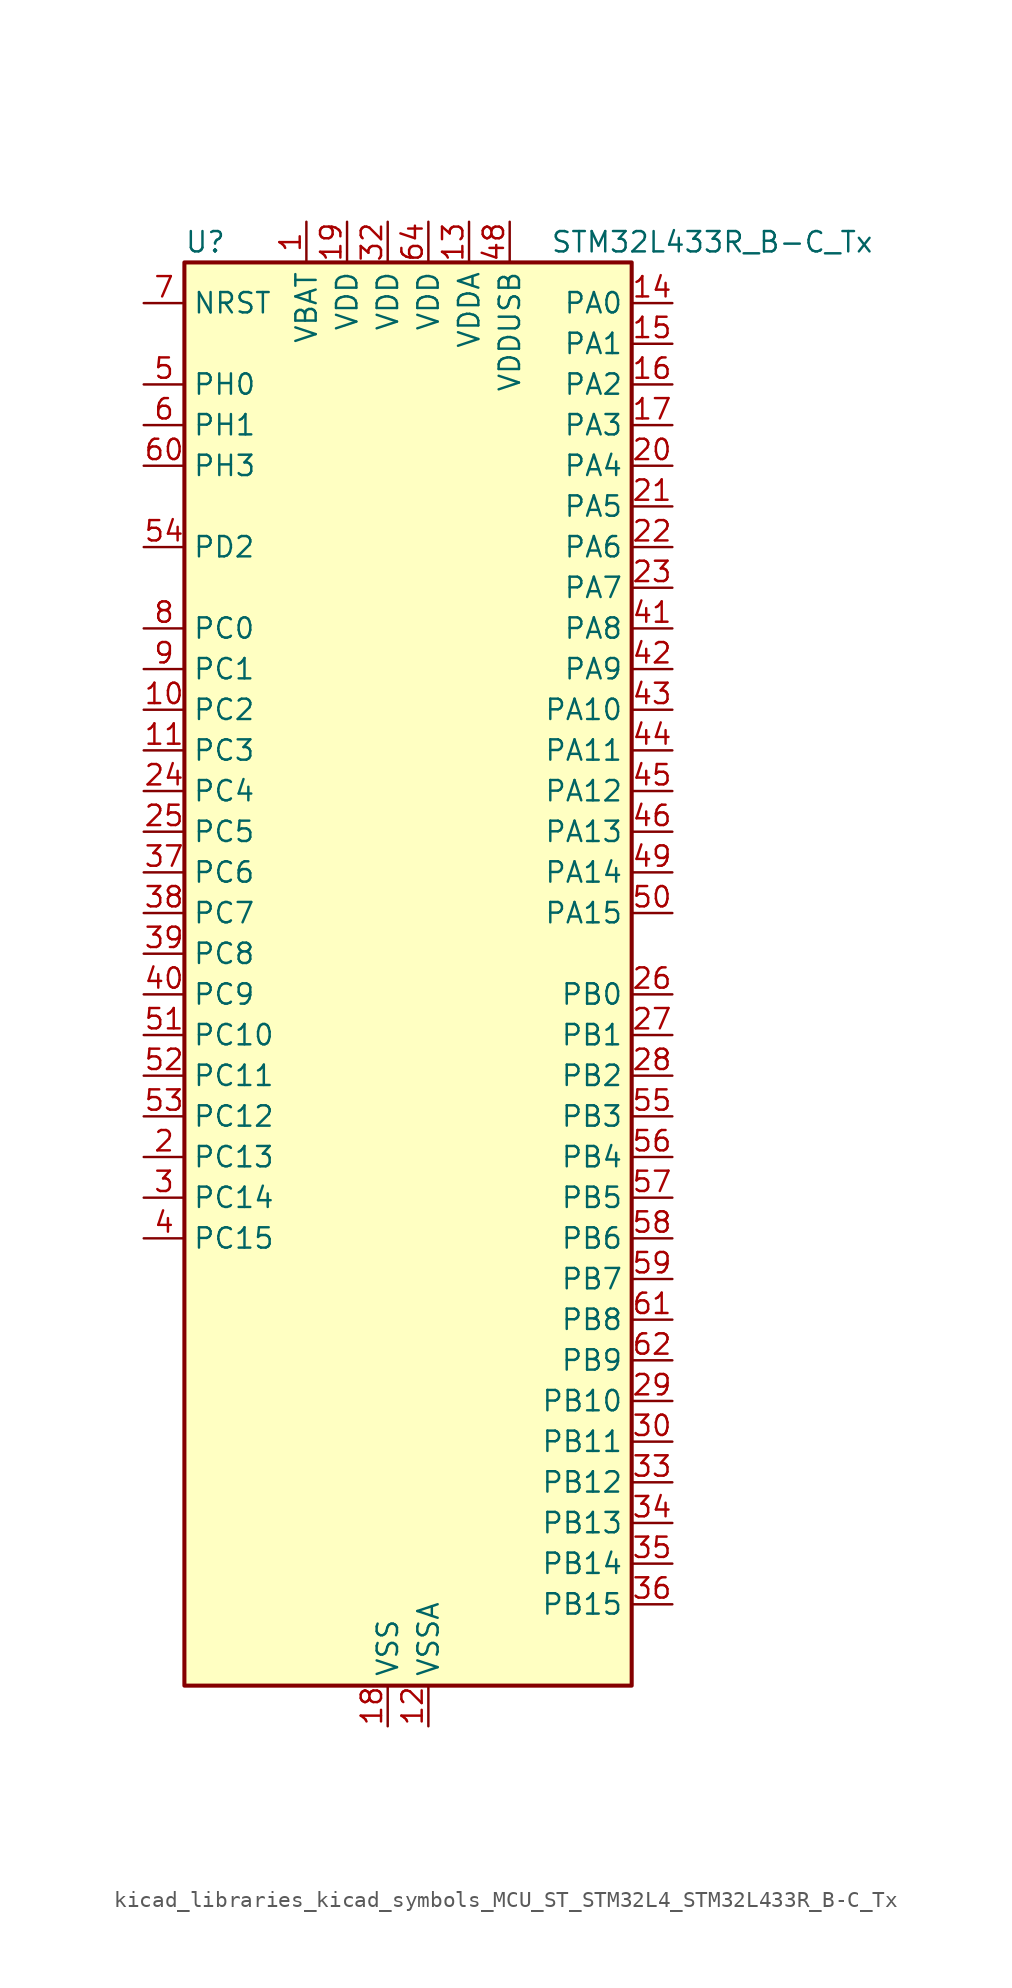
<source format=kicad_sym>
(kicad_symbol_lib
  (version 20220914)
  (generator kicad_symbol_editor)
  (symbol "kicad_libraries_kicad_symbols_MCU_ST_STM32L4_STM32L433R_B-C_Tx"
    (property "Reference" "U"
      (at -12.7 46.99 0)
      (effects (font (size 1.27 1.27)) (justify left)))
    (property "Value" "STM32L433R_B-C_Tx"
      (at 10.16 46.99 0)
      (effects (font (size 1.27 1.27)) (justify left)))
    (property "ki_locked" ""
      (at 0 0 0)
      (effects (font (size 1.27 1.27))))
    (symbol "kicad_libraries_kicad_symbols_MCU_ST_STM32L4_STM32L433R_B-C_Tx_0_1"
      (rectangle (start -12.7 -43.18) (end 15.24 45.72) (stroke (width 0.254) (type default)) (fill (type background))))
    (symbol "kicad_libraries_kicad_symbols_MCU_ST_STM32L4_STM32L433R_B-C_Tx_1_1"
      (pin power_in line (at -5.08 48.26 270) (length 2.54) (name "VBAT" (effects (font (size 1.27 1.27)))) (number "1" (effects (font (size 1.27 1.27)))))
      (pin bidirectional line (at -15.24 17.78 0) (length 2.54) (name "PC2" (effects (font (size 1.27 1.27)))) (number "10" (effects (font (size 1.27 1.27)))) (alternate "ADC1_IN3" bidirectional line) (alternate "LCD_SEG20" bidirectional line) (alternate "LPTIM1_IN2" bidirectional line) (alternate "SPI2_MISO" bidirectional line))
      (pin bidirectional line (at -15.24 15.24 0) (length 2.54) (name "PC3" (effects (font (size 1.27 1.27)))) (number "11" (effects (font (size 1.27 1.27)))) (alternate "ADC1_IN4" bidirectional line) (alternate "LCD_VLCD" bidirectional line) (alternate "LPTIM1_ETR" bidirectional line) (alternate "LPTIM2_ETR" bidirectional line) (alternate "SAI1_SD_A" bidirectional line) (alternate "SPI2_MOSI" bidirectional line))
      (pin power_in line (at 2.54 -45.72 90) (length 2.54) (name "VSSA" (effects (font (size 1.27 1.27)))) (number "12" (effects (font (size 1.27 1.27)))))
      (pin power_in line (at 5.08 48.26 270) (length 2.54) (name "VDDA" (effects (font (size 1.27 1.27)))) (number "13" (effects (font (size 1.27 1.27)))))
      (pin bidirectional line (at 17.78 43.18 180) (length 2.54) (name "PA0" (effects (font (size 1.27 1.27)))) (number "14" (effects (font (size 1.27 1.27)))) (alternate "ADC1_IN5" bidirectional line) (alternate "COMP1_INM" bidirectional line) (alternate "COMP1_OUT" bidirectional line) (alternate "OPAMP1_VINP" bidirectional line) (alternate "RTC_TAMP2" bidirectional line) (alternate "SAI1_EXTCLK" bidirectional line) (alternate "SYS_WKUP1" bidirectional line) (alternate "TIM2_CH1" bidirectional line) (alternate "TIM2_ETR" bidirectional line) (alternate "USART2_CTS" bidirectional line))
      (pin bidirectional line (at 17.78 40.64 180) (length 2.54) (name "PA1" (effects (font (size 1.27 1.27)))) (number "15" (effects (font (size 1.27 1.27)))) (alternate "ADC1_IN6" bidirectional line) (alternate "COMP1_INP" bidirectional line) (alternate "I2C1_SMBA" bidirectional line) (alternate "LCD_SEG0" bidirectional line) (alternate "OPAMP1_VINM" bidirectional line) (alternate "SPI1_SCK" bidirectional line) (alternate "TIM15_CH1N" bidirectional line) (alternate "TIM2_CH2" bidirectional line) (alternate "USART2_DE" bidirectional line) (alternate "USART2_RTS" bidirectional line))
      (pin bidirectional line (at 17.78 38.1 180) (length 2.54) (name "PA2" (effects (font (size 1.27 1.27)))) (number "16" (effects (font (size 1.27 1.27)))) (alternate "ADC1_IN7" bidirectional line) (alternate "COMP2_INM" bidirectional line) (alternate "COMP2_OUT" bidirectional line) (alternate "LCD_SEG1" bidirectional line) (alternate "LPUART1_TX" bidirectional line) (alternate "QUADSPI_BK1_NCS" bidirectional line) (alternate "RCC_LSCO" bidirectional line) (alternate "SYS_WKUP4" bidirectional line) (alternate "TIM15_CH1" bidirectional line) (alternate "TIM2_CH3" bidirectional line) (alternate "USART2_TX" bidirectional line))
      (pin bidirectional line (at 17.78 35.56 180) (length 2.54) (name "PA3" (effects (font (size 1.27 1.27)))) (number "17" (effects (font (size 1.27 1.27)))) (alternate "ADC1_IN8" bidirectional line) (alternate "COMP2_INP" bidirectional line) (alternate "LCD_SEG2" bidirectional line) (alternate "LPUART1_RX" bidirectional line) (alternate "OPAMP1_VOUT" bidirectional line) (alternate "QUADSPI_CLK" bidirectional line) (alternate "SAI1_MCLK_A" bidirectional line) (alternate "TIM15_CH2" bidirectional line) (alternate "TIM2_CH4" bidirectional line) (alternate "USART2_RX" bidirectional line))
      (pin power_in line (at 0 -45.72 90) (length 2.54) (name "VSS" (effects (font (size 1.27 1.27)))) (number "18" (effects (font (size 1.27 1.27)))))
      (pin power_in line (at -2.54 48.26 270) (length 2.54) (name "VDD" (effects (font (size 1.27 1.27)))) (number "19" (effects (font (size 1.27 1.27)))))
      (pin bidirectional line (at -15.24 -10.16 0) (length 2.54) (name "PC13" (effects (font (size 1.27 1.27)))) (number "2" (effects (font (size 1.27 1.27)))) (alternate "RTC_OUT_ALARM" bidirectional line) (alternate "RTC_OUT_CALIB" bidirectional line) (alternate "RTC_TAMP1" bidirectional line) (alternate "RTC_TS" bidirectional line) (alternate "SYS_WKUP2" bidirectional line))
      (pin bidirectional line (at 17.78 33.02 180) (length 2.54) (name "PA4" (effects (font (size 1.27 1.27)))) (number "20" (effects (font (size 1.27 1.27)))) (alternate "ADC1_IN9" bidirectional line) (alternate "COMP1_INM" bidirectional line) (alternate "COMP2_INM" bidirectional line) (alternate "DAC1_OUT1" bidirectional line) (alternate "LPTIM2_OUT" bidirectional line) (alternate "SAI1_FS_B" bidirectional line) (alternate "SPI1_NSS" bidirectional line) (alternate "SPI3_NSS" bidirectional line) (alternate "USART2_CK" bidirectional line))
      (pin bidirectional line (at 17.78 30.48 180) (length 2.54) (name "PA5" (effects (font (size 1.27 1.27)))) (number "21" (effects (font (size 1.27 1.27)))) (alternate "ADC1_IN10" bidirectional line) (alternate "COMP1_INM" bidirectional line) (alternate "COMP2_INM" bidirectional line) (alternate "DAC1_OUT2" bidirectional line) (alternate "LPTIM2_ETR" bidirectional line) (alternate "SPI1_SCK" bidirectional line) (alternate "TIM2_CH1" bidirectional line) (alternate "TIM2_ETR" bidirectional line))
      (pin bidirectional line (at 17.78 27.94 180) (length 2.54) (name "PA6" (effects (font (size 1.27 1.27)))) (number "22" (effects (font (size 1.27 1.27)))) (alternate "ADC1_IN11" bidirectional line) (alternate "COMP1_OUT" bidirectional line) (alternate "LCD_SEG3" bidirectional line) (alternate "LPUART1_CTS" bidirectional line) (alternate "QUADSPI_BK1_IO3" bidirectional line) (alternate "SPI1_MISO" bidirectional line) (alternate "TIM16_CH1" bidirectional line) (alternate "TIM1_BKIN" bidirectional line) (alternate "TIM1_BKIN_COMP2" bidirectional line) (alternate "USART3_CTS" bidirectional line))
      (pin bidirectional line (at 17.78 25.4 180) (length 2.54) (name "PA7" (effects (font (size 1.27 1.27)))) (number "23" (effects (font (size 1.27 1.27)))) (alternate "ADC1_IN12" bidirectional line) (alternate "COMP2_OUT" bidirectional line) (alternate "I2C3_SCL" bidirectional line) (alternate "LCD_SEG4" bidirectional line) (alternate "QUADSPI_BK1_IO2" bidirectional line) (alternate "SPI1_MOSI" bidirectional line) (alternate "TIM1_CH1N" bidirectional line))
      (pin bidirectional line (at -15.24 12.7 0) (length 2.54) (name "PC4" (effects (font (size 1.27 1.27)))) (number "24" (effects (font (size 1.27 1.27)))) (alternate "ADC1_IN13" bidirectional line) (alternate "COMP1_INM" bidirectional line) (alternate "LCD_SEG22" bidirectional line) (alternate "USART3_TX" bidirectional line))
      (pin bidirectional line (at -15.24 10.16 0) (length 2.54) (name "PC5" (effects (font (size 1.27 1.27)))) (number "25" (effects (font (size 1.27 1.27)))) (alternate "ADC1_IN14" bidirectional line) (alternate "COMP1_INP" bidirectional line) (alternate "LCD_SEG23" bidirectional line) (alternate "SYS_WKUP5" bidirectional line) (alternate "USART3_RX" bidirectional line))
      (pin bidirectional line (at 17.78 0 180) (length 2.54) (name "PB0" (effects (font (size 1.27 1.27)))) (number "26" (effects (font (size 1.27 1.27)))) (alternate "ADC1_IN15" bidirectional line) (alternate "COMP1_OUT" bidirectional line) (alternate "LCD_SEG5" bidirectional line) (alternate "QUADSPI_BK1_IO1" bidirectional line) (alternate "SAI1_EXTCLK" bidirectional line) (alternate "SPI1_NSS" bidirectional line) (alternate "TIM1_CH2N" bidirectional line) (alternate "USART3_CK" bidirectional line))
      (pin bidirectional line (at 17.78 -2.54 180) (length 2.54) (name "PB1" (effects (font (size 1.27 1.27)))) (number "27" (effects (font (size 1.27 1.27)))) (alternate "ADC1_IN16" bidirectional line) (alternate "COMP1_INM" bidirectional line) (alternate "LCD_SEG6" bidirectional line) (alternate "LPTIM2_IN1" bidirectional line) (alternate "LPUART1_DE" bidirectional line) (alternate "LPUART1_RTS" bidirectional line) (alternate "QUADSPI_BK1_IO0" bidirectional line) (alternate "TIM1_CH3N" bidirectional line) (alternate "USART3_DE" bidirectional line) (alternate "USART3_RTS" bidirectional line))
      (pin bidirectional line (at 17.78 -5.08 180) (length 2.54) (name "PB2" (effects (font (size 1.27 1.27)))) (number "28" (effects (font (size 1.27 1.27)))) (alternate "COMP1_INP" bidirectional line) (alternate "I2C3_SMBA" bidirectional line) (alternate "LCD_VLCD" bidirectional line) (alternate "LPTIM1_OUT" bidirectional line) (alternate "RTC_OUT_ALARM" bidirectional line) (alternate "RTC_OUT_CALIB" bidirectional line))
      (pin bidirectional line (at 17.78 -25.4 180) (length 2.54) (name "PB10" (effects (font (size 1.27 1.27)))) (number "29" (effects (font (size 1.27 1.27)))) (alternate "COMP1_OUT" bidirectional line) (alternate "I2C2_SCL" bidirectional line) (alternate "LCD_SEG10" bidirectional line) (alternate "LPUART1_RX" bidirectional line) (alternate "QUADSPI_CLK" bidirectional line) (alternate "SAI1_SCK_A" bidirectional line) (alternate "SPI2_SCK" bidirectional line) (alternate "TIM2_CH3" bidirectional line) (alternate "TSC_SYNC" bidirectional line) (alternate "USART3_TX" bidirectional line))
      (pin bidirectional line (at -15.24 -12.7 0) (length 2.54) (name "PC14" (effects (font (size 1.27 1.27)))) (number "3" (effects (font (size 1.27 1.27)))) (alternate "RCC_OSC32_IN" bidirectional line))
      (pin bidirectional line (at 17.78 -27.94 180) (length 2.54) (name "PB11" (effects (font (size 1.27 1.27)))) (number "30" (effects (font (size 1.27 1.27)))) (alternate "ADC1_EXTI11" bidirectional line) (alternate "COMP2_OUT" bidirectional line) (alternate "I2C2_SDA" bidirectional line) (alternate "LCD_SEG11" bidirectional line) (alternate "LPUART1_TX" bidirectional line) (alternate "QUADSPI_BK1_NCS" bidirectional line) (alternate "TIM2_CH4" bidirectional line) (alternate "USART3_RX" bidirectional line))
      (pin passive line (at 0 -45.72 90) (length 2.54) hide (name "VSS" (effects (font (size 1.27 1.27)))) (number "31" (effects (font (size 1.27 1.27)))))
      (pin power_in line (at 0 48.26 270) (length 2.54) (name "VDD" (effects (font (size 1.27 1.27)))) (number "32" (effects (font (size 1.27 1.27)))))
      (pin bidirectional line (at 17.78 -30.48 180) (length 2.54) (name "PB12" (effects (font (size 1.27 1.27)))) (number "33" (effects (font (size 1.27 1.27)))) (alternate "I2C2_SMBA" bidirectional line) (alternate "LCD_SEG12" bidirectional line) (alternate "LPUART1_DE" bidirectional line) (alternate "LPUART1_RTS" bidirectional line) (alternate "SAI1_FS_A" bidirectional line) (alternate "SPI2_NSS" bidirectional line) (alternate "SWPMI1_IO" bidirectional line) (alternate "TIM15_BKIN" bidirectional line) (alternate "TIM1_BKIN" bidirectional line) (alternate "TIM1_BKIN_COMP2" bidirectional line) (alternate "TSC_G1_IO1" bidirectional line) (alternate "USART3_CK" bidirectional line))
      (pin bidirectional line (at 17.78 -33.02 180) (length 2.54) (name "PB13" (effects (font (size 1.27 1.27)))) (number "34" (effects (font (size 1.27 1.27)))) (alternate "I2C2_SCL" bidirectional line) (alternate "LCD_SEG13" bidirectional line) (alternate "LPUART1_CTS" bidirectional line) (alternate "SAI1_SCK_A" bidirectional line) (alternate "SPI2_SCK" bidirectional line) (alternate "SWPMI1_TX" bidirectional line) (alternate "TIM15_CH1N" bidirectional line) (alternate "TIM1_CH1N" bidirectional line) (alternate "TSC_G1_IO2" bidirectional line) (alternate "USART3_CTS" bidirectional line))
      (pin bidirectional line (at 17.78 -35.56 180) (length 2.54) (name "PB14" (effects (font (size 1.27 1.27)))) (number "35" (effects (font (size 1.27 1.27)))) (alternate "I2C2_SDA" bidirectional line) (alternate "LCD_SEG14" bidirectional line) (alternate "SAI1_MCLK_A" bidirectional line) (alternate "SPI2_MISO" bidirectional line) (alternate "SWPMI1_RX" bidirectional line) (alternate "TIM15_CH1" bidirectional line) (alternate "TIM1_CH2N" bidirectional line) (alternate "TSC_G1_IO3" bidirectional line) (alternate "USART3_DE" bidirectional line) (alternate "USART3_RTS" bidirectional line))
      (pin bidirectional line (at 17.78 -38.1 180) (length 2.54) (name "PB15" (effects (font (size 1.27 1.27)))) (number "36" (effects (font (size 1.27 1.27)))) (alternate "ADC1_EXTI15" bidirectional line) (alternate "LCD_SEG15" bidirectional line) (alternate "RTC_REFIN" bidirectional line) (alternate "SAI1_SD_A" bidirectional line) (alternate "SPI2_MOSI" bidirectional line) (alternate "SWPMI1_SUSPEND" bidirectional line) (alternate "TIM15_CH2" bidirectional line) (alternate "TIM1_CH3N" bidirectional line) (alternate "TSC_G1_IO4" bidirectional line))
      (pin bidirectional line (at -15.24 7.62 0) (length 2.54) (name "PC6" (effects (font (size 1.27 1.27)))) (number "37" (effects (font (size 1.27 1.27)))) (alternate "LCD_SEG24" bidirectional line) (alternate "SDMMC1_D6" bidirectional line) (alternate "TSC_G4_IO1" bidirectional line))
      (pin bidirectional line (at -15.24 5.08 0) (length 2.54) (name "PC7" (effects (font (size 1.27 1.27)))) (number "38" (effects (font (size 1.27 1.27)))) (alternate "LCD_SEG25" bidirectional line) (alternate "SDMMC1_D7" bidirectional line) (alternate "TSC_G4_IO2" bidirectional line))
      (pin bidirectional line (at -15.24 2.54 0) (length 2.54) (name "PC8" (effects (font (size 1.27 1.27)))) (number "39" (effects (font (size 1.27 1.27)))) (alternate "LCD_SEG26" bidirectional line) (alternate "SDMMC1_D0" bidirectional line) (alternate "TSC_G4_IO3" bidirectional line))
      (pin bidirectional line (at -15.24 -15.24 0) (length 2.54) (name "PC15" (effects (font (size 1.27 1.27)))) (number "4" (effects (font (size 1.27 1.27)))) (alternate "ADC1_EXTI15" bidirectional line) (alternate "RCC_OSC32_OUT" bidirectional line))
      (pin bidirectional line (at -15.24 0 0) (length 2.54) (name "PC9" (effects (font (size 1.27 1.27)))) (number "40" (effects (font (size 1.27 1.27)))) (alternate "DAC1_EXTI9" bidirectional line) (alternate "LCD_SEG27" bidirectional line) (alternate "SDMMC1_D1" bidirectional line) (alternate "TSC_G4_IO4" bidirectional line) (alternate "USB_NOE" bidirectional line))
      (pin bidirectional line (at 17.78 22.86 180) (length 2.54) (name "PA8" (effects (font (size 1.27 1.27)))) (number "41" (effects (font (size 1.27 1.27)))) (alternate "LCD_COM0" bidirectional line) (alternate "LPTIM2_OUT" bidirectional line) (alternate "RCC_MCO" bidirectional line) (alternate "SAI1_SCK_A" bidirectional line) (alternate "SWPMI1_IO" bidirectional line) (alternate "TIM1_CH1" bidirectional line) (alternate "USART1_CK" bidirectional line))
      (pin bidirectional line (at 17.78 20.32 180) (length 2.54) (name "PA9" (effects (font (size 1.27 1.27)))) (number "42" (effects (font (size 1.27 1.27)))) (alternate "DAC1_EXTI9" bidirectional line) (alternate "I2C1_SCL" bidirectional line) (alternate "LCD_COM1" bidirectional line) (alternate "SAI1_FS_A" bidirectional line) (alternate "TIM15_BKIN" bidirectional line) (alternate "TIM1_CH2" bidirectional line) (alternate "USART1_TX" bidirectional line))
      (pin bidirectional line (at 17.78 17.78 180) (length 2.54) (name "PA10" (effects (font (size 1.27 1.27)))) (number "43" (effects (font (size 1.27 1.27)))) (alternate "CRS_SYNC" bidirectional line) (alternate "I2C1_SDA" bidirectional line) (alternate "LCD_COM2" bidirectional line) (alternate "SAI1_SD_A" bidirectional line) (alternate "TIM1_CH3" bidirectional line) (alternate "USART1_RX" bidirectional line))
      (pin bidirectional line (at 17.78 15.24 180) (length 2.54) (name "PA11" (effects (font (size 1.27 1.27)))) (number "44" (effects (font (size 1.27 1.27)))) (alternate "ADC1_EXTI11" bidirectional line) (alternate "CAN1_RX" bidirectional line) (alternate "COMP1_OUT" bidirectional line) (alternate "SPI1_MISO" bidirectional line) (alternate "TIM1_BKIN2" bidirectional line) (alternate "TIM1_BKIN2_COMP1" bidirectional line) (alternate "TIM1_CH4" bidirectional line) (alternate "USART1_CTS" bidirectional line) (alternate "USB_DM" bidirectional line))
      (pin bidirectional line (at 17.78 12.7 180) (length 2.54) (name "PA12" (effects (font (size 1.27 1.27)))) (number "45" (effects (font (size 1.27 1.27)))) (alternate "CAN1_TX" bidirectional line) (alternate "SPI1_MOSI" bidirectional line) (alternate "TIM1_ETR" bidirectional line) (alternate "USART1_DE" bidirectional line) (alternate "USART1_RTS" bidirectional line) (alternate "USB_DP" bidirectional line))
      (pin bidirectional line (at 17.78 10.16 180) (length 2.54) (name "PA13" (effects (font (size 1.27 1.27)))) (number "46" (effects (font (size 1.27 1.27)))) (alternate "IR_OUT" bidirectional line) (alternate "SAI1_SD_B" bidirectional line) (alternate "SWPMI1_TX" bidirectional line) (alternate "SYS_JTMS-SWDIO" bidirectional line) (alternate "USB_NOE" bidirectional line))
      (pin passive line (at 0 -45.72 90) (length 2.54) hide (name "VSS" (effects (font (size 1.27 1.27)))) (number "47" (effects (font (size 1.27 1.27)))))
      (pin power_in line (at 7.62 48.26 270) (length 2.54) (name "VDDUSB" (effects (font (size 1.27 1.27)))) (number "48" (effects (font (size 1.27 1.27)))))
      (pin bidirectional line (at 17.78 7.62 180) (length 2.54) (name "PA14" (effects (font (size 1.27 1.27)))) (number "49" (effects (font (size 1.27 1.27)))) (alternate "I2C1_SMBA" bidirectional line) (alternate "LPTIM1_OUT" bidirectional line) (alternate "SAI1_FS_B" bidirectional line) (alternate "SWPMI1_RX" bidirectional line) (alternate "SYS_JTCK-SWCLK" bidirectional line))
      (pin bidirectional line (at -15.24 38.1 0) (length 2.54) (name "PH0" (effects (font (size 1.27 1.27)))) (number "5" (effects (font (size 1.27 1.27)))) (alternate "RCC_OSC_IN" bidirectional line))
      (pin bidirectional line (at 17.78 5.08 180) (length 2.54) (name "PA15" (effects (font (size 1.27 1.27)))) (number "50" (effects (font (size 1.27 1.27)))) (alternate "ADC1_EXTI15" bidirectional line) (alternate "LCD_SEG17" bidirectional line) (alternate "SPI1_NSS" bidirectional line) (alternate "SPI3_NSS" bidirectional line) (alternate "SWPMI1_SUSPEND" bidirectional line) (alternate "SYS_JTDI" bidirectional line) (alternate "TIM2_CH1" bidirectional line) (alternate "TIM2_ETR" bidirectional line) (alternate "TSC_G3_IO1" bidirectional line) (alternate "USART2_RX" bidirectional line) (alternate "USART3_DE" bidirectional line) (alternate "USART3_RTS" bidirectional line))
      (pin bidirectional line (at -15.24 -2.54 0) (length 2.54) (name "PC10" (effects (font (size 1.27 1.27)))) (number "51" (effects (font (size 1.27 1.27)))) (alternate "LCD_COM4" bidirectional line) (alternate "LCD_SEG28" bidirectional line) (alternate "LCD_SEG40" bidirectional line) (alternate "SDMMC1_D2" bidirectional line) (alternate "SPI3_SCK" bidirectional line) (alternate "TSC_G3_IO2" bidirectional line) (alternate "USART3_TX" bidirectional line))
      (pin bidirectional line (at -15.24 -5.08 0) (length 2.54) (name "PC11" (effects (font (size 1.27 1.27)))) (number "52" (effects (font (size 1.27 1.27)))) (alternate "ADC1_EXTI11" bidirectional line) (alternate "LCD_COM5" bidirectional line) (alternate "LCD_SEG29" bidirectional line) (alternate "LCD_SEG41" bidirectional line) (alternate "SDMMC1_D3" bidirectional line) (alternate "SPI3_MISO" bidirectional line) (alternate "TSC_G3_IO3" bidirectional line) (alternate "USART3_RX" bidirectional line))
      (pin bidirectional line (at -15.24 -7.62 0) (length 2.54) (name "PC12" (effects (font (size 1.27 1.27)))) (number "53" (effects (font (size 1.27 1.27)))) (alternate "LCD_COM6" bidirectional line) (alternate "LCD_SEG30" bidirectional line) (alternate "LCD_SEG42" bidirectional line) (alternate "SDMMC1_CK" bidirectional line) (alternate "SPI3_MOSI" bidirectional line) (alternate "TSC_G3_IO4" bidirectional line) (alternate "USART3_CK" bidirectional line))
      (pin bidirectional line (at -15.24 27.94 0) (length 2.54) (name "PD2" (effects (font (size 1.27 1.27)))) (number "54" (effects (font (size 1.27 1.27)))) (alternate "LCD_COM7" bidirectional line) (alternate "LCD_SEG31" bidirectional line) (alternate "LCD_SEG43" bidirectional line) (alternate "SDMMC1_CMD" bidirectional line) (alternate "TSC_SYNC" bidirectional line) (alternate "USART3_DE" bidirectional line) (alternate "USART3_RTS" bidirectional line))
      (pin bidirectional line (at 17.78 -7.62 180) (length 2.54) (name "PB3" (effects (font (size 1.27 1.27)))) (number "55" (effects (font (size 1.27 1.27)))) (alternate "COMP2_INM" bidirectional line) (alternate "LCD_SEG7" bidirectional line) (alternate "SAI1_SCK_B" bidirectional line) (alternate "SPI1_SCK" bidirectional line) (alternate "SPI3_SCK" bidirectional line) (alternate "SYS_JTDO-SWO" bidirectional line) (alternate "TIM2_CH2" bidirectional line) (alternate "USART1_DE" bidirectional line) (alternate "USART1_RTS" bidirectional line))
      (pin bidirectional line (at 17.78 -10.16 180) (length 2.54) (name "PB4" (effects (font (size 1.27 1.27)))) (number "56" (effects (font (size 1.27 1.27)))) (alternate "COMP2_INP" bidirectional line) (alternate "I2C3_SDA" bidirectional line) (alternate "LCD_SEG8" bidirectional line) (alternate "SAI1_MCLK_B" bidirectional line) (alternate "SPI1_MISO" bidirectional line) (alternate "SPI3_MISO" bidirectional line) (alternate "SYS_JTRST" bidirectional line) (alternate "TSC_G2_IO1" bidirectional line) (alternate "USART1_CTS" bidirectional line))
      (pin bidirectional line (at 17.78 -12.7 180) (length 2.54) (name "PB5" (effects (font (size 1.27 1.27)))) (number "57" (effects (font (size 1.27 1.27)))) (alternate "COMP2_OUT" bidirectional line) (alternate "I2C1_SMBA" bidirectional line) (alternate "LCD_SEG9" bidirectional line) (alternate "LPTIM1_IN1" bidirectional line) (alternate "SAI1_SD_B" bidirectional line) (alternate "SPI1_MOSI" bidirectional line) (alternate "SPI3_MOSI" bidirectional line) (alternate "TIM16_BKIN" bidirectional line) (alternate "TSC_G2_IO2" bidirectional line) (alternate "USART1_CK" bidirectional line))
      (pin bidirectional line (at 17.78 -15.24 180) (length 2.54) (name "PB6" (effects (font (size 1.27 1.27)))) (number "58" (effects (font (size 1.27 1.27)))) (alternate "COMP2_INP" bidirectional line) (alternate "I2C1_SCL" bidirectional line) (alternate "LPTIM1_ETR" bidirectional line) (alternate "SAI1_FS_B" bidirectional line) (alternate "TIM16_CH1N" bidirectional line) (alternate "TSC_G2_IO3" bidirectional line) (alternate "USART1_TX" bidirectional line))
      (pin bidirectional line (at 17.78 -17.78 180) (length 2.54) (name "PB7" (effects (font (size 1.27 1.27)))) (number "59" (effects (font (size 1.27 1.27)))) (alternate "COMP2_INM" bidirectional line) (alternate "I2C1_SDA" bidirectional line) (alternate "LCD_SEG21" bidirectional line) (alternate "LPTIM1_IN2" bidirectional line) (alternate "SYS_PVD_IN" bidirectional line) (alternate "TSC_G2_IO4" bidirectional line) (alternate "USART1_RX" bidirectional line))
      (pin bidirectional line (at -15.24 35.56 0) (length 2.54) (name "PH1" (effects (font (size 1.27 1.27)))) (number "6" (effects (font (size 1.27 1.27)))) (alternate "RCC_OSC_OUT" bidirectional line))
      (pin bidirectional line (at -15.24 33.02 0) (length 2.54) (name "PH3" (effects (font (size 1.27 1.27)))) (number "60" (effects (font (size 1.27 1.27)))))
      (pin bidirectional line (at 17.78 -20.32 180) (length 2.54) (name "PB8" (effects (font (size 1.27 1.27)))) (number "61" (effects (font (size 1.27 1.27)))) (alternate "CAN1_RX" bidirectional line) (alternate "I2C1_SCL" bidirectional line) (alternate "LCD_SEG16" bidirectional line) (alternate "SAI1_MCLK_A" bidirectional line) (alternate "SDMMC1_D4" bidirectional line) (alternate "TIM16_CH1" bidirectional line))
      (pin bidirectional line (at 17.78 -22.86 180) (length 2.54) (name "PB9" (effects (font (size 1.27 1.27)))) (number "62" (effects (font (size 1.27 1.27)))) (alternate "CAN1_TX" bidirectional line) (alternate "DAC1_EXTI9" bidirectional line) (alternate "I2C1_SDA" bidirectional line) (alternate "IR_OUT" bidirectional line) (alternate "LCD_COM3" bidirectional line) (alternate "SAI1_FS_A" bidirectional line) (alternate "SDMMC1_D5" bidirectional line) (alternate "SPI2_NSS" bidirectional line))
      (pin passive line (at 0 -45.72 90) (length 2.54) hide (name "VSS" (effects (font (size 1.27 1.27)))) (number "63" (effects (font (size 1.27 1.27)))))
      (pin power_in line (at 2.54 48.26 270) (length 2.54) (name "VDD" (effects (font (size 1.27 1.27)))) (number "64" (effects (font (size 1.27 1.27)))))
      (pin input line (at -15.24 43.18 0) (length 2.54) (name "NRST" (effects (font (size 1.27 1.27)))) (number "7" (effects (font (size 1.27 1.27)))))
      (pin bidirectional line (at -15.24 22.86 0) (length 2.54) (name "PC0" (effects (font (size 1.27 1.27)))) (number "8" (effects (font (size 1.27 1.27)))) (alternate "ADC1_IN1" bidirectional line) (alternate "I2C3_SCL" bidirectional line) (alternate "LCD_SEG18" bidirectional line) (alternate "LPTIM1_IN1" bidirectional line) (alternate "LPTIM2_IN1" bidirectional line) (alternate "LPUART1_RX" bidirectional line))
      (pin bidirectional line (at -15.24 20.32 0) (length 2.54) (name "PC1" (effects (font (size 1.27 1.27)))) (number "9" (effects (font (size 1.27 1.27)))) (alternate "ADC1_IN2" bidirectional line) (alternate "I2C3_SDA" bidirectional line) (alternate "LCD_SEG19" bidirectional line) (alternate "LPTIM1_OUT" bidirectional line) (alternate "LPUART1_TX" bidirectional line)))))
</source>
